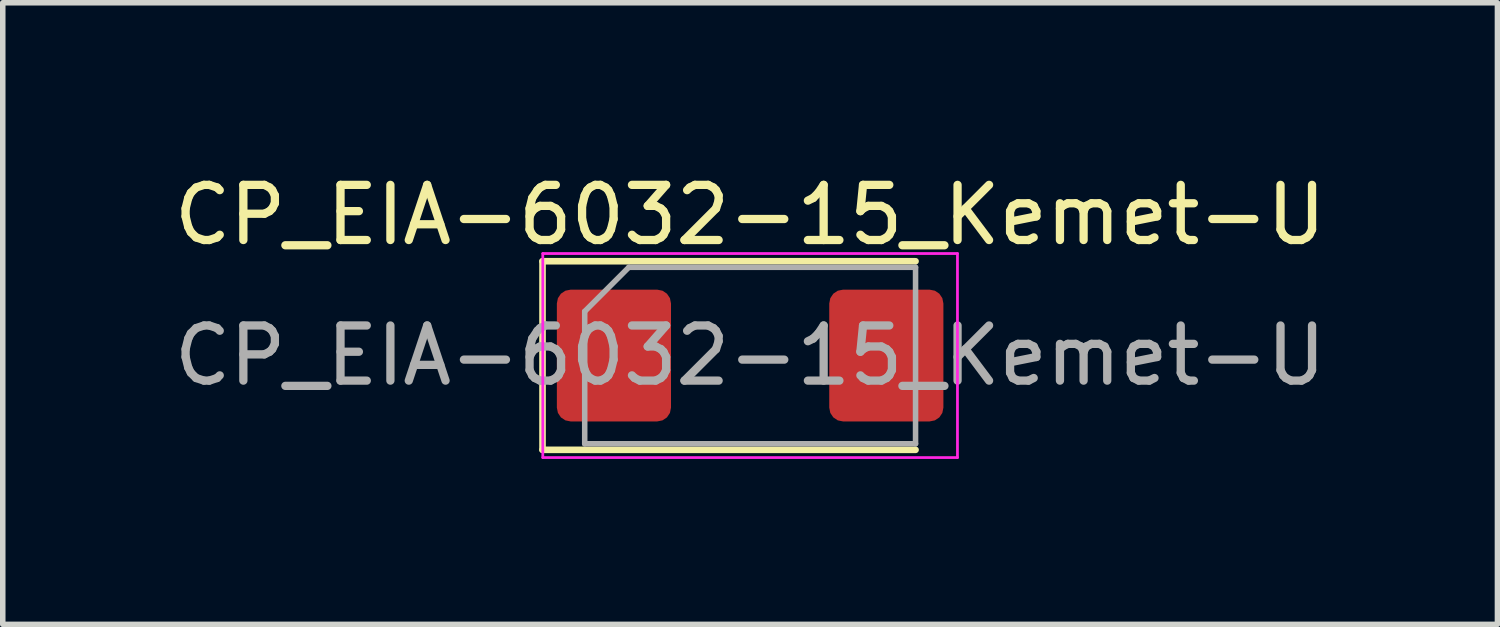
<source format=kicad_pcb>
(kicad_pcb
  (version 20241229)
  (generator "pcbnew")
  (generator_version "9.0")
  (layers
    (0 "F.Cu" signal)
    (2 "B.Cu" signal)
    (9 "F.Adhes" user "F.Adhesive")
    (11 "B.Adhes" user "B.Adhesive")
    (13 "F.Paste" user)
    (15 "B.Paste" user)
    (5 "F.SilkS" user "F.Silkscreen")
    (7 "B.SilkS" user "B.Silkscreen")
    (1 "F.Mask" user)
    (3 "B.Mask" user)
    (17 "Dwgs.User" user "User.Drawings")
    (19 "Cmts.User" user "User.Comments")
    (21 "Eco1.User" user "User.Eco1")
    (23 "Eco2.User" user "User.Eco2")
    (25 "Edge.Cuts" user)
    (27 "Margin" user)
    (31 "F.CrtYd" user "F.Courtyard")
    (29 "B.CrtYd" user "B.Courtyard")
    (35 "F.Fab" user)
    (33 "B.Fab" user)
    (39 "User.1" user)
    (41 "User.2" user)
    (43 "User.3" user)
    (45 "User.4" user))
  (footprint "CP_EIA-6032-15_Kemet-U"
    (layer "F.Cu")
    (at 10.554 3.398)
    (property "Reference" "CP_EIA-6032-15_Kemet-U" (at 0 -2.55 0) (layer "F.SilkS") (effects (font (size 1 1) (thickness 0.15))))
    (attr smd)
    (fp_line (start -3.765 -1.71) (end -3.765 1.71) (stroke (width 0.12) (type solid)) (layer "F.SilkS"))
    (fp_line (start -3.765 1.71) (end 3 1.71) (stroke (width 0.12) (type solid)) (layer "F.SilkS"))
    (fp_line (start 3 -1.71) (end -3.765 -1.71) (stroke (width 0.12) (type solid)) (layer "F.SilkS"))
    (fp_line (start -3.76 -1.85) (end 3.76 -1.85) (stroke (width 0.05) (type solid)) (layer "F.CrtYd"))
    (fp_line (start -3.76 1.85) (end -3.76 -1.85) (stroke (width 0.05) (type solid)) (layer "F.CrtYd"))
    (fp_line (start 3.76 -1.85) (end 3.76 1.85) (stroke (width 0.05) (type solid)) (layer "F.CrtYd"))
    (fp_line (start 3.76 1.85) (end -3.76 1.85) (stroke (width 0.05) (type solid)) (layer "F.CrtYd"))
    (fp_line (start -3 -0.8) (end -3 1.6) (stroke (width 0.1) (type solid)) (layer "F.Fab"))
    (fp_line (start -3 1.6) (end 3 1.6) (stroke (width 0.1) (type solid)) (layer "F.Fab"))
    (fp_line (start -2.2 -1.6) (end -3 -0.8) (stroke (width 0.1) (type solid)) (layer "F.Fab"))
    (fp_line (start 3 -1.6) (end -2.2 -1.6) (stroke (width 0.1) (type solid)) (layer "F.Fab"))
    (fp_line (start 3 1.6) (end 3 -1.6) (stroke (width 0.1) (type solid)) (layer "F.Fab"))
    (fp_text user "${REFERENCE}" (at 0 0 0) (layer "F.Fab") (effects (font (size 1 1) (thickness 0.15))))
    (pad "1" smd roundrect (at -2.47 0) (size 2.07 2.39) (layers "F.Cu" "F.Mask" "F.Paste") (roundrect_rratio 0.121))
    (pad "2" smd roundrect (at 2.47 0) (size 2.07 2.39) (layers "F.Cu" "F.Mask" "F.Paste") (roundrect_rratio 0.121)))
  (gr_rect
    (start -3 -3)
    (end 24.107 8.273)
    (stroke (width 0.1) (type default))
    (fill no)
    (layer "Edge.Cuts")))
</source>
